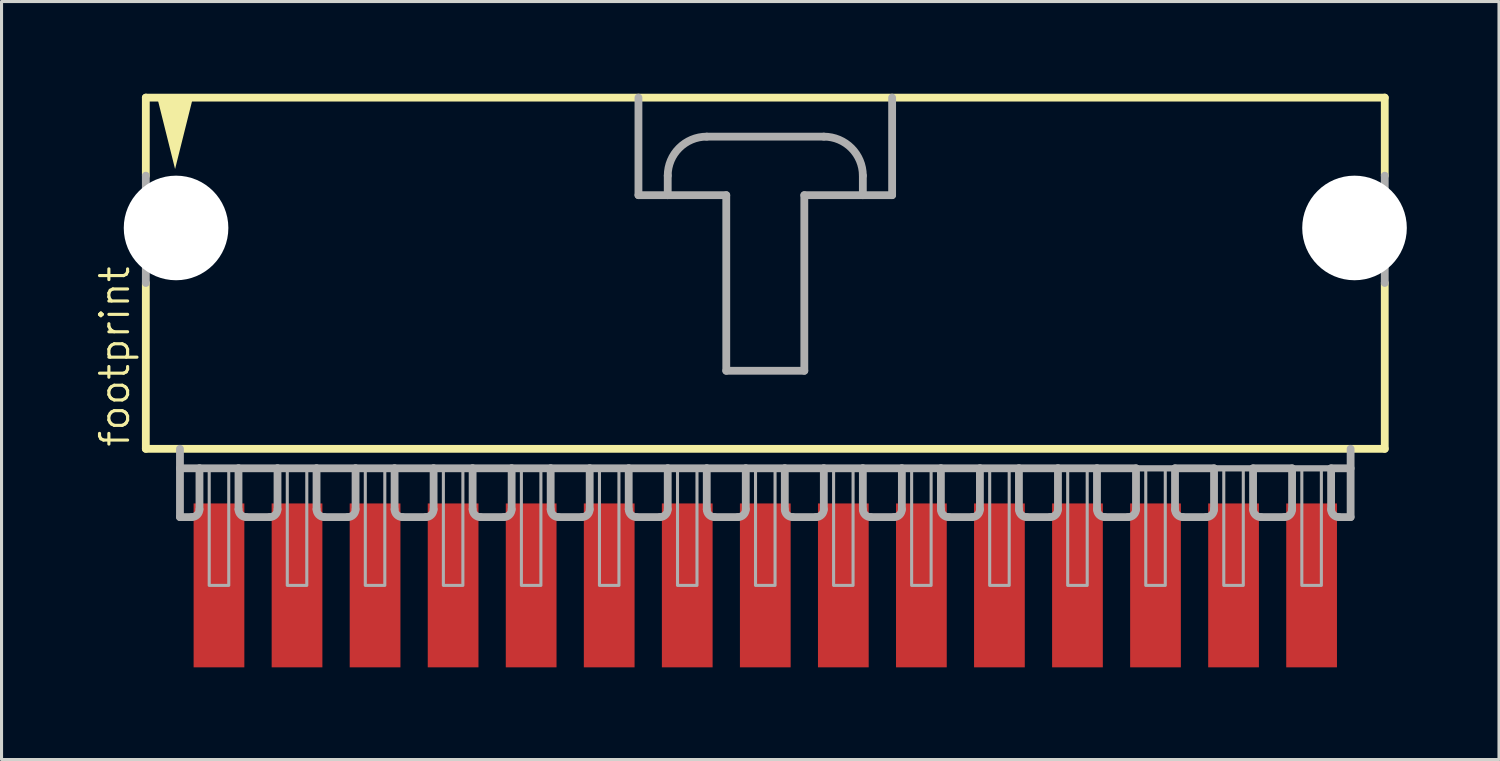
<source format=kicad_pcb>
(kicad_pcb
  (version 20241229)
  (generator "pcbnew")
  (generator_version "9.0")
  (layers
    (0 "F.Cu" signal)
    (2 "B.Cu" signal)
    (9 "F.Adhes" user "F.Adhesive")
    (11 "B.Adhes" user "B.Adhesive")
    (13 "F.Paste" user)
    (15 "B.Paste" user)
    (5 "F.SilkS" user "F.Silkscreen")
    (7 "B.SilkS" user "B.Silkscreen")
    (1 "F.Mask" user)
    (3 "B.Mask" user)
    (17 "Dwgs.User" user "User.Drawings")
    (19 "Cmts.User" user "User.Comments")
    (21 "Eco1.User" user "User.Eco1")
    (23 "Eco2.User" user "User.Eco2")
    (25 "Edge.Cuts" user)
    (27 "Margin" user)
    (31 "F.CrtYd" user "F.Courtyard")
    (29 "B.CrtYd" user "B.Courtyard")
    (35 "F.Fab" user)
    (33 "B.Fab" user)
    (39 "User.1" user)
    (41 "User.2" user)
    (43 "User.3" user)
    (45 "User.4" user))
  (footprint "footprint"
    (layer "F.Cu")
    (at 21.857 5.207)
    (property "Reference" "footprint" (at -20.637 6.35 90) (layer "F.SilkS") (effects (font (size 0.914 0.914) (thickness 0.102)) (justify left bottom)))
    (fp_line (start -20.161 -5.08) (end -20.161 -2.54) (stroke (width 0.254) (type solid)) (layer "F.SilkS"))
    (fp_line (start -20.161 0.953) (end -20.161 6.35) (stroke (width 0.254) (type solid)) (layer "F.SilkS"))
    (fp_line (start -20.161 6.35) (end 20.161 6.35) (stroke (width 0.254) (type solid)) (layer "F.SilkS"))
    (fp_line (start 20.161 -5.08) (end -20.161 -5.08) (stroke (width 0.254) (type solid)) (layer "F.SilkS"))
    (fp_line (start 20.161 -2.54) (end 20.161 -5.08) (stroke (width 0.254) (type solid)) (layer "F.SilkS"))
    (fp_line (start 20.161 6.35) (end 20.161 0.953) (stroke (width 0.254) (type solid)) (layer "F.SilkS"))
    (fp_poly (pts (xy -19.209 -2.756) (xy -19.815 -5.182) (xy -18.602 -5.182)) (stroke (width 0) (type solid)) (fill yes) (layer "F.SilkS"))
    (fp_line (start -20.161 -2.54) (end -20.161 0.953) (stroke (width 0.254) (type solid)) (layer "F.Fab"))
    (fp_line (start -19.05 6.35) (end -19.05 8.572) (stroke (width 0.254) (type solid)) (layer "F.Fab"))
    (fp_line (start -19.05 6.985) (end -18.415 6.985) (stroke (width 0.254) (type solid)) (layer "F.Fab"))
    (fp_line (start -18.669 8.572) (end -19.05 8.572) (stroke (width 0.254) (type solid)) (layer "F.Fab"))
    (fp_line (start -18.415 6.985) (end -18.415 8.319) (stroke (width 0.254) (type solid)) (layer "F.Fab"))
    (fp_line (start -18.415 6.985) (end -17.145 6.985) (stroke (width 0.254) (type solid)) (layer "F.Fab"))
    (fp_line (start -17.145 6.985) (end -17.145 8.319) (stroke (width 0.254) (type solid)) (layer "F.Fab"))
    (fp_line (start -17.145 6.985) (end -15.875 6.985) (stroke (width 0.254) (type solid)) (layer "F.Fab"))
    (fp_line (start -16.129 8.572) (end -16.891 8.572) (stroke (width 0.254) (type solid)) (layer "F.Fab"))
    (fp_line (start -15.875 6.985) (end -15.875 8.319) (stroke (width 0.254) (type solid)) (layer "F.Fab"))
    (fp_line (start -15.875 6.985) (end -14.605 6.985) (stroke (width 0.254) (type solid)) (layer "F.Fab"))
    (fp_line (start -14.605 6.985) (end -14.605 8.319) (stroke (width 0.254) (type solid)) (layer "F.Fab"))
    (fp_line (start -14.605 6.985) (end -13.335 6.985) (stroke (width 0.254) (type solid)) (layer "F.Fab"))
    (fp_line (start -13.589 8.572) (end -14.351 8.572) (stroke (width 0.254) (type solid)) (layer "F.Fab"))
    (fp_line (start -13.335 6.985) (end -13.335 8.319) (stroke (width 0.254) (type solid)) (layer "F.Fab"))
    (fp_line (start -13.335 6.985) (end -12.065 6.985) (stroke (width 0.254) (type solid)) (layer "F.Fab"))
    (fp_line (start -12.065 6.985) (end -12.065 8.319) (stroke (width 0.254) (type solid)) (layer "F.Fab"))
    (fp_line (start -12.065 6.985) (end -10.795 6.985) (stroke (width 0.254) (type solid)) (layer "F.Fab"))
    (fp_line (start -11.049 8.572) (end -11.811 8.572) (stroke (width 0.254) (type solid)) (layer "F.Fab"))
    (fp_line (start -10.795 6.985) (end -10.795 8.319) (stroke (width 0.254) (type solid)) (layer "F.Fab"))
    (fp_line (start -10.795 6.985) (end -9.525 6.985) (stroke (width 0.254) (type solid)) (layer "F.Fab"))
    (fp_line (start -9.525 6.985) (end -9.525 8.319) (stroke (width 0.254) (type solid)) (layer "F.Fab"))
    (fp_line (start -9.525 6.985) (end -8.255 6.985) (stroke (width 0.254) (type solid)) (layer "F.Fab"))
    (fp_line (start -8.509 8.572) (end -9.271 8.572) (stroke (width 0.254) (type solid)) (layer "F.Fab"))
    (fp_line (start -8.255 6.985) (end -8.255 8.319) (stroke (width 0.254) (type solid)) (layer "F.Fab"))
    (fp_line (start -8.255 6.985) (end -6.985 6.985) (stroke (width 0.254) (type solid)) (layer "F.Fab"))
    (fp_line (start -6.985 6.985) (end -6.985 8.319) (stroke (width 0.254) (type solid)) (layer "F.Fab"))
    (fp_line (start -6.985 6.985) (end -5.715 6.985) (stroke (width 0.254) (type solid)) (layer "F.Fab"))
    (fp_line (start -5.969 8.572) (end -6.731 8.572) (stroke (width 0.254) (type solid)) (layer "F.Fab"))
    (fp_line (start -5.715 6.985) (end -5.715 8.319) (stroke (width 0.254) (type solid)) (layer "F.Fab"))
    (fp_line (start -5.715 6.985) (end -4.445 6.985) (stroke (width 0.254) (type solid)) (layer "F.Fab"))
    (fp_line (start -4.445 6.985) (end -4.445 8.319) (stroke (width 0.254) (type solid)) (layer "F.Fab"))
    (fp_line (start -4.445 6.985) (end -3.175 6.985) (stroke (width 0.254) (type solid)) (layer "F.Fab"))
    (fp_line (start -4.128 -5.08) (end -4.128 -1.905) (stroke (width 0.254) (type solid)) (layer "F.Fab"))
    (fp_line (start -4.128 -1.905) (end -3.175 -1.905) (stroke (width 0.254) (type solid)) (layer "F.Fab"))
    (fp_line (start -3.429 8.572) (end -4.191 8.572) (stroke (width 0.254) (type solid)) (layer "F.Fab"))
    (fp_line (start -3.175 -1.905) (end -3.175 -2.54) (stroke (width 0.254) (type solid)) (layer "F.Fab"))
    (fp_line (start -3.175 -1.905) (end -1.27 -1.905) (stroke (width 0.254) (type solid)) (layer "F.Fab"))
    (fp_line (start -3.175 6.985) (end -3.175 8.319) (stroke (width 0.254) (type solid)) (layer "F.Fab"))
    (fp_line (start -3.175 6.985) (end -1.905 6.985) (stroke (width 0.254) (type solid)) (layer "F.Fab"))
    (fp_line (start -1.905 -3.81) (end 1.905 -3.81) (stroke (width 0.254) (type solid)) (layer "F.Fab"))
    (fp_line (start -1.905 6.985) (end -1.905 8.319) (stroke (width 0.254) (type solid)) (layer "F.Fab"))
    (fp_line (start -1.905 6.985) (end -0.635 6.985) (stroke (width 0.254) (type solid)) (layer "F.Fab"))
    (fp_line (start -1.27 -1.905) (end -1.27 3.81) (stroke (width 0.254) (type solid)) (layer "F.Fab"))
    (fp_line (start -1.27 3.81) (end 1.27 3.81) (stroke (width 0.254) (type solid)) (layer "F.Fab"))
    (fp_line (start -0.889 8.572) (end -1.651 8.572) (stroke (width 0.254) (type solid)) (layer "F.Fab"))
    (fp_line (start -0.635 6.985) (end -0.635 8.319) (stroke (width 0.254) (type solid)) (layer "F.Fab"))
    (fp_line (start -0.635 6.985) (end 0.635 6.985) (stroke (width 0.254) (type solid)) (layer "F.Fab"))
    (fp_line (start 0.635 6.985) (end 0.635 8.319) (stroke (width 0.254) (type solid)) (layer "F.Fab"))
    (fp_line (start 0.635 6.985) (end 1.905 6.985) (stroke (width 0.254) (type solid)) (layer "F.Fab"))
    (fp_line (start 1.27 -1.905) (end 3.175 -1.905) (stroke (width 0.254) (type solid)) (layer "F.Fab"))
    (fp_line (start 1.27 3.81) (end 1.27 -1.905) (stroke (width 0.254) (type solid)) (layer "F.Fab"))
    (fp_line (start 1.651 8.572) (end 0.889 8.572) (stroke (width 0.254) (type solid)) (layer "F.Fab"))
    (fp_line (start 1.905 6.985) (end 1.905 8.319) (stroke (width 0.254) (type solid)) (layer "F.Fab"))
    (fp_line (start 1.905 6.985) (end 3.175 6.985) (stroke (width 0.254) (type solid)) (layer "F.Fab"))
    (fp_line (start 3.175 -2.54) (end 3.175 -1.905) (stroke (width 0.254) (type solid)) (layer "F.Fab"))
    (fp_line (start 3.175 -1.905) (end 4.128 -1.905) (stroke (width 0.254) (type solid)) (layer "F.Fab"))
    (fp_line (start 3.175 6.985) (end 3.175 8.319) (stroke (width 0.254) (type solid)) (layer "F.Fab"))
    (fp_line (start 3.175 6.985) (end 4.445 6.985) (stroke (width 0.254) (type solid)) (layer "F.Fab"))
    (fp_line (start 4.128 -1.905) (end 4.128 -5.08) (stroke (width 0.254) (type solid)) (layer "F.Fab"))
    (fp_line (start 4.191 8.572) (end 3.429 8.572) (stroke (width 0.254) (type solid)) (layer "F.Fab"))
    (fp_line (start 4.445 6.985) (end 4.445 8.319) (stroke (width 0.254) (type solid)) (layer "F.Fab"))
    (fp_line (start 4.445 6.985) (end 5.715 6.985) (stroke (width 0.254) (type solid)) (layer "F.Fab"))
    (fp_line (start 5.715 6.985) (end 5.715 8.319) (stroke (width 0.254) (type solid)) (layer "F.Fab"))
    (fp_line (start 5.715 6.985) (end 6.985 6.985) (stroke (width 0.254) (type solid)) (layer "F.Fab"))
    (fp_line (start 6.731 8.572) (end 5.969 8.572) (stroke (width 0.254) (type solid)) (layer "F.Fab"))
    (fp_line (start 6.985 6.985) (end 6.985 8.319) (stroke (width 0.254) (type solid)) (layer "F.Fab"))
    (fp_line (start 6.985 6.985) (end 8.255 6.985) (stroke (width 0.254) (type solid)) (layer "F.Fab"))
    (fp_line (start 8.255 6.985) (end 8.255 8.319) (stroke (width 0.254) (type solid)) (layer "F.Fab"))
    (fp_line (start 8.255 6.985) (end 9.525 6.985) (stroke (width 0.254) (type solid)) (layer "F.Fab"))
    (fp_line (start 8.509 8.572) (end 9.271 8.572) (stroke (width 0.254) (type solid)) (layer "F.Fab"))
    (fp_line (start 9.525 6.985) (end 10.795 6.985) (stroke (width 0.254) (type solid)) (layer "F.Fab"))
    (fp_line (start 9.525 8.319) (end 9.525 6.985) (stroke (width 0.254) (type solid)) (layer "F.Fab"))
    (fp_line (start 10.795 6.985) (end 10.795 8.319) (stroke (width 0.254) (type solid)) (layer "F.Fab"))
    (fp_line (start 10.795 6.985) (end 12.065 6.985) (stroke (width 0.254) (type solid)) (layer "F.Fab"))
    (fp_line (start 11.049 8.572) (end 11.811 8.572) (stroke (width 0.254) (type solid)) (layer "F.Fab"))
    (fp_line (start 12.065 6.985) (end 13.335 6.985) (stroke (width 0.203) (type solid)) (layer "F.Fab"))
    (fp_line (start 12.065 8.319) (end 12.065 6.985) (stroke (width 0.254) (type solid)) (layer "F.Fab"))
    (fp_line (start 13.335 6.985) (end 13.335 8.319) (stroke (width 0.254) (type solid)) (layer "F.Fab"))
    (fp_line (start 13.335 6.985) (end 14.605 6.985) (stroke (width 0.254) (type solid)) (layer "F.Fab"))
    (fp_line (start 13.589 8.572) (end 14.351 8.572) (stroke (width 0.254) (type solid)) (layer "F.Fab"))
    (fp_line (start 14.605 6.985) (end 15.875 6.985) (stroke (width 0.203) (type solid)) (layer "F.Fab"))
    (fp_line (start 14.605 8.319) (end 14.605 6.985) (stroke (width 0.254) (type solid)) (layer "F.Fab"))
    (fp_line (start 15.875 6.985) (end 15.875 8.319) (stroke (width 0.254) (type solid)) (layer "F.Fab"))
    (fp_line (start 15.875 6.985) (end 17.145 6.985) (stroke (width 0.254) (type solid)) (layer "F.Fab"))
    (fp_line (start 16.129 8.572) (end 16.891 8.572) (stroke (width 0.254) (type solid)) (layer "F.Fab"))
    (fp_line (start 17.145 6.985) (end 18.415 6.985) (stroke (width 0.203) (type solid)) (layer "F.Fab"))
    (fp_line (start 17.145 8.319) (end 17.145 6.985) (stroke (width 0.254) (type solid)) (layer "F.Fab"))
    (fp_line (start 18.415 6.985) (end 18.415 8.319) (stroke (width 0.254) (type solid)) (layer "F.Fab"))
    (fp_line (start 18.415 6.985) (end 19.05 6.985) (stroke (width 0.254) (type solid)) (layer "F.Fab"))
    (fp_line (start 18.669 8.572) (end 19.05 8.572) (stroke (width 0.254) (type solid)) (layer "F.Fab"))
    (fp_line (start 19.05 8.572) (end 19.05 6.35) (stroke (width 0.254) (type solid)) (layer "F.Fab"))
    (fp_line (start 20.161 -2.54) (end 20.161 0.953) (stroke (width 0.254) (type solid)) (layer "F.Fab"))
    (fp_arc (start -18.415 8.3185) (mid -18.489395 8.498105) (end -18.669 8.5725) (stroke (width 0.254) (type solid)) (layer "F.Fab"))
    (fp_arc (start -16.891 8.5725) (mid -17.070605 8.498105) (end -17.145 8.3185) (stroke (width 0.254) (type solid)) (layer "F.Fab"))
    (fp_arc (start -15.875 8.3185) (mid -15.949395 8.498105) (end -16.129 8.5725) (stroke (width 0.254) (type solid)) (layer "F.Fab"))
    (fp_arc (start -14.351 8.5725) (mid -14.530605 8.498105) (end -14.605 8.3185) (stroke (width 0.254) (type solid)) (layer "F.Fab"))
    (fp_arc (start -13.335 8.3185) (mid -13.409395 8.498105) (end -13.589 8.5725) (stroke (width 0.254) (type solid)) (layer "F.Fab"))
    (fp_arc (start -11.811 8.5725) (mid -11.990605 8.498105) (end -12.065 8.3185) (stroke (width 0.254) (type solid)) (layer "F.Fab"))
    (fp_arc (start -10.795 8.3185) (mid -10.869395 8.498105) (end -11.049 8.5725) (stroke (width 0.254) (type solid)) (layer "F.Fab"))
    (fp_arc (start -9.271 8.5725) (mid -9.450605 8.498105) (end -9.525 8.3185) (stroke (width 0.254) (type solid)) (layer "F.Fab"))
    (fp_arc (start -8.255 8.3185) (mid -8.329395 8.498105) (end -8.509 8.5725) (stroke (width 0.254) (type solid)) (layer "F.Fab"))
    (fp_arc (start -6.731 8.5725) (mid -6.910605 8.498105) (end -6.985 8.3185) (stroke (width 0.254) (type solid)) (layer "F.Fab"))
    (fp_arc (start -5.715 8.3185) (mid -5.789395 8.498105) (end -5.969 8.5725) (stroke (width 0.254) (type solid)) (layer "F.Fab"))
    (fp_arc (start -4.191 8.5725) (mid -4.370605 8.498105) (end -4.445 8.3185) (stroke (width 0.254) (type solid)) (layer "F.Fab"))
    (fp_arc (start -3.175 -2.54) (mid -2.803026 -3.438026) (end -1.905 -3.81) (stroke (width 0.254) (type solid)) (layer "F.Fab"))
    (fp_arc (start -3.175 8.3185) (mid -3.249395 8.498105) (end -3.429 8.5725) (stroke (width 0.254) (type solid)) (layer "F.Fab"))
    (fp_arc (start -1.651 8.5725) (mid -1.830605 8.498105) (end -1.905 8.3185) (stroke (width 0.254) (type solid)) (layer "F.Fab"))
    (fp_arc (start -0.635 8.3185) (mid -0.709395 8.498105) (end -0.889 8.5725) (stroke (width 0.254) (type solid)) (layer "F.Fab"))
    (fp_arc (start 0.889 8.5725) (mid 0.709395 8.498105) (end 0.635 8.3185) (stroke (width 0.254) (type solid)) (layer "F.Fab"))
    (fp_arc (start 1.905 -3.81) (mid 2.803026 -3.438026) (end 3.175 -2.54) (stroke (width 0.254) (type solid)) (layer "F.Fab"))
    (fp_arc (start 1.905 8.3185) (mid 1.830605 8.498105) (end 1.651 8.5725) (stroke (width 0.254) (type solid)) (layer "F.Fab"))
    (fp_arc (start 3.429 8.5725) (mid 3.249395 8.498105) (end 3.175 8.3185) (stroke (width 0.254) (type solid)) (layer "F.Fab"))
    (fp_arc (start 4.445 8.3185) (mid 4.370605 8.498105) (end 4.191 8.5725) (stroke (width 0.254) (type solid)) (layer "F.Fab"))
    (fp_arc (start 5.969 8.5725) (mid 5.789395 8.498105) (end 5.715 8.3185) (stroke (width 0.254) (type solid)) (layer "F.Fab"))
    (fp_arc (start 6.985 8.3185) (mid 6.910605 8.498105) (end 6.731 8.5725) (stroke (width 0.254) (type solid)) (layer "F.Fab"))
    (fp_arc (start 8.509 8.5725) (mid 8.329395 8.498105) (end 8.255 8.3185) (stroke (width 0.254) (type solid)) (layer "F.Fab"))
    (fp_arc (start 9.525 8.3185) (mid 9.450605 8.498105) (end 9.271 8.5725) (stroke (width 0.254) (type solid)) (layer "F.Fab"))
    (fp_arc (start 11.049 8.5725) (mid 10.869395 8.498105) (end 10.795 8.3185) (stroke (width 0.254) (type solid)) (layer "F.Fab"))
    (fp_arc (start 12.065 8.3185) (mid 11.990605 8.498105) (end 11.811 8.5725) (stroke (width 0.254) (type solid)) (layer "F.Fab"))
    (fp_arc (start 13.589 8.5725) (mid 13.409395 8.498105) (end 13.335 8.3185) (stroke (width 0.254) (type solid)) (layer "F.Fab"))
    (fp_arc (start 14.605 8.3185) (mid 14.530605 8.498105) (end 14.351 8.5725) (stroke (width 0.254) (type solid)) (layer "F.Fab"))
    (fp_arc (start 16.129 8.5725) (mid 15.949395 8.498105) (end 15.875 8.3185) (stroke (width 0.254) (type solid)) (layer "F.Fab"))
    (fp_arc (start 17.145 8.3185) (mid 17.070605 8.498105) (end 16.891 8.5725) (stroke (width 0.254) (type solid)) (layer "F.Fab"))
    (fp_arc (start 18.669 8.5725) (mid 18.489395 8.498105) (end 18.415 8.3185) (stroke (width 0.254) (type solid)) (layer "F.Fab"))
    (fp_poly (pts (xy -18.098 10.795) (xy -17.462 10.795) (xy -17.462 6.985) (xy -18.098 6.985)) (stroke (width 0.1) (type solid)) (fill no) (layer "F.Fab"))
    (fp_poly (pts (xy -15.557 10.795) (xy -14.922 10.795) (xy -14.922 6.985) (xy -15.557 6.985)) (stroke (width 0.1) (type solid)) (fill no) (layer "F.Fab"))
    (fp_poly (pts (xy -13.018 10.795) (xy -12.383 10.795) (xy -12.383 6.985) (xy -13.018 6.985)) (stroke (width 0.1) (type solid)) (fill no) (layer "F.Fab"))
    (fp_poly (pts (xy -10.477 10.795) (xy -9.842 10.795) (xy -9.842 6.985) (xy -10.477 6.985)) (stroke (width 0.1) (type solid)) (fill no) (layer "F.Fab"))
    (fp_poly (pts (xy -7.938 10.795) (xy -7.303 10.795) (xy -7.303 6.985) (xy -7.938 6.985)) (stroke (width 0.1) (type solid)) (fill no) (layer "F.Fab"))
    (fp_poly (pts (xy -5.397 10.795) (xy -4.763 10.795) (xy -4.763 6.985) (xy -5.397 6.985)) (stroke (width 0.1) (type solid)) (fill no) (layer "F.Fab"))
    (fp_poly (pts (xy -2.857 10.795) (xy -2.223 10.795) (xy -2.223 6.985) (xy -2.857 6.985)) (stroke (width 0.1) (type solid)) (fill no) (layer "F.Fab"))
    (fp_poly (pts (xy -0.318 10.795) (xy 0.318 10.795) (xy 0.318 6.985) (xy -0.318 6.985)) (stroke (width 0.1) (type solid)) (fill no) (layer "F.Fab"))
    (fp_poly (pts (xy 2.223 10.795) (xy 2.857 10.795) (xy 2.857 6.985) (xy 2.223 6.985)) (stroke (width 0.1) (type solid)) (fill no) (layer "F.Fab"))
    (fp_poly (pts (xy 4.763 10.795) (xy 5.397 10.795) (xy 5.397 6.985) (xy 4.763 6.985)) (stroke (width 0.1) (type solid)) (fill no) (layer "F.Fab"))
    (fp_poly (pts (xy 7.303 10.795) (xy 7.938 10.795) (xy 7.938 6.985) (xy 7.303 6.985)) (stroke (width 0.1) (type solid)) (fill no) (layer "F.Fab"))
    (fp_poly (pts (xy 9.842 10.795) (xy 10.477 10.795) (xy 10.477 6.985) (xy 9.842 6.985)) (stroke (width 0.1) (type solid)) (fill no) (layer "F.Fab"))
    (fp_poly (pts (xy 12.383 10.795) (xy 13.018 10.795) (xy 13.018 6.985) (xy 12.383 6.985)) (stroke (width 0.1) (type solid)) (fill no) (layer "F.Fab"))
    (fp_poly (pts (xy 14.922 10.795) (xy 15.557 10.795) (xy 15.557 6.985) (xy 14.922 6.985)) (stroke (width 0.1) (type solid)) (fill no) (layer "F.Fab"))
    (fp_poly (pts (xy 17.462 10.795) (xy 18.098 10.795) (xy 18.098 6.985) (xy 17.462 6.985)) (stroke (width 0.1) (type solid)) (fill no) (layer "F.Fab"))
    (pad "" np_thru_hole circle (at -19.177 -0.838) (size 3.404 3.404) (drill 3.404) (layers "*.Cu" "*.Mask"))
    (pad "" np_thru_hole circle (at 19.177 -0.838) (size 3.404 3.404) (drill 3.404) (layers "*.Cu" "*.Mask"))
    (pad "1" smd rect (at -17.78 10.795 90) (size 5.334 1.651) (layers "F.Cu" "F.Mask" "F.Paste"))
    (pad "2" smd rect (at -15.24 10.795 90) (size 5.334 1.651) (layers "F.Cu" "F.Mask" "F.Paste"))
    (pad "3" smd rect (at -12.7 10.795 90) (size 5.334 1.651) (layers "F.Cu" "F.Mask" "F.Paste"))
    (pad "4" smd rect (at -10.16 10.795 90) (size 5.334 1.651) (layers "F.Cu" "F.Mask" "F.Paste"))
    (pad "5" smd rect (at -7.62 10.795 90) (size 5.334 1.651) (layers "F.Cu" "F.Mask" "F.Paste"))
    (pad "6" smd rect (at -5.08 10.795 90) (size 5.334 1.651) (layers "F.Cu" "F.Mask" "F.Paste"))
    (pad "7" smd rect (at -2.54 10.795 90) (size 5.334 1.651) (layers "F.Cu" "F.Mask" "F.Paste"))
    (pad "8" smd rect (at 0 10.795 90) (size 5.334 1.651) (layers "F.Cu" "F.Mask" "F.Paste"))
    (pad "9" smd rect (at 2.54 10.795 90) (size 5.334 1.651) (layers "F.Cu" "F.Mask" "F.Paste"))
    (pad "10" smd rect (at 5.08 10.795 90) (size 5.334 1.651) (layers "F.Cu" "F.Mask" "F.Paste"))
    (pad "11" smd rect (at 7.62 10.795 90) (size 5.334 1.651) (layers "F.Cu" "F.Mask" "F.Paste"))
    (pad "12" smd rect (at 10.16 10.795 90) (size 5.334 1.651) (layers "F.Cu" "F.Mask" "F.Paste"))
    (pad "13" smd rect (at 12.7 10.795 90) (size 5.334 1.651) (layers "F.Cu" "F.Mask" "F.Paste"))
    (pad "14" smd rect (at 15.24 10.795 90) (size 5.334 1.651) (layers "F.Cu" "F.Mask" "F.Paste"))
    (pad "15" smd rect (at 17.78 10.795 90) (size 5.334 1.651) (layers "F.Cu" "F.Mask" "F.Paste")))
  (gr_rect
    (start -3 -3)
    (end 45.736 21.669)
    (stroke (width 0.1) (type default))
    (fill no)
    (layer "Edge.Cuts")))
</source>
